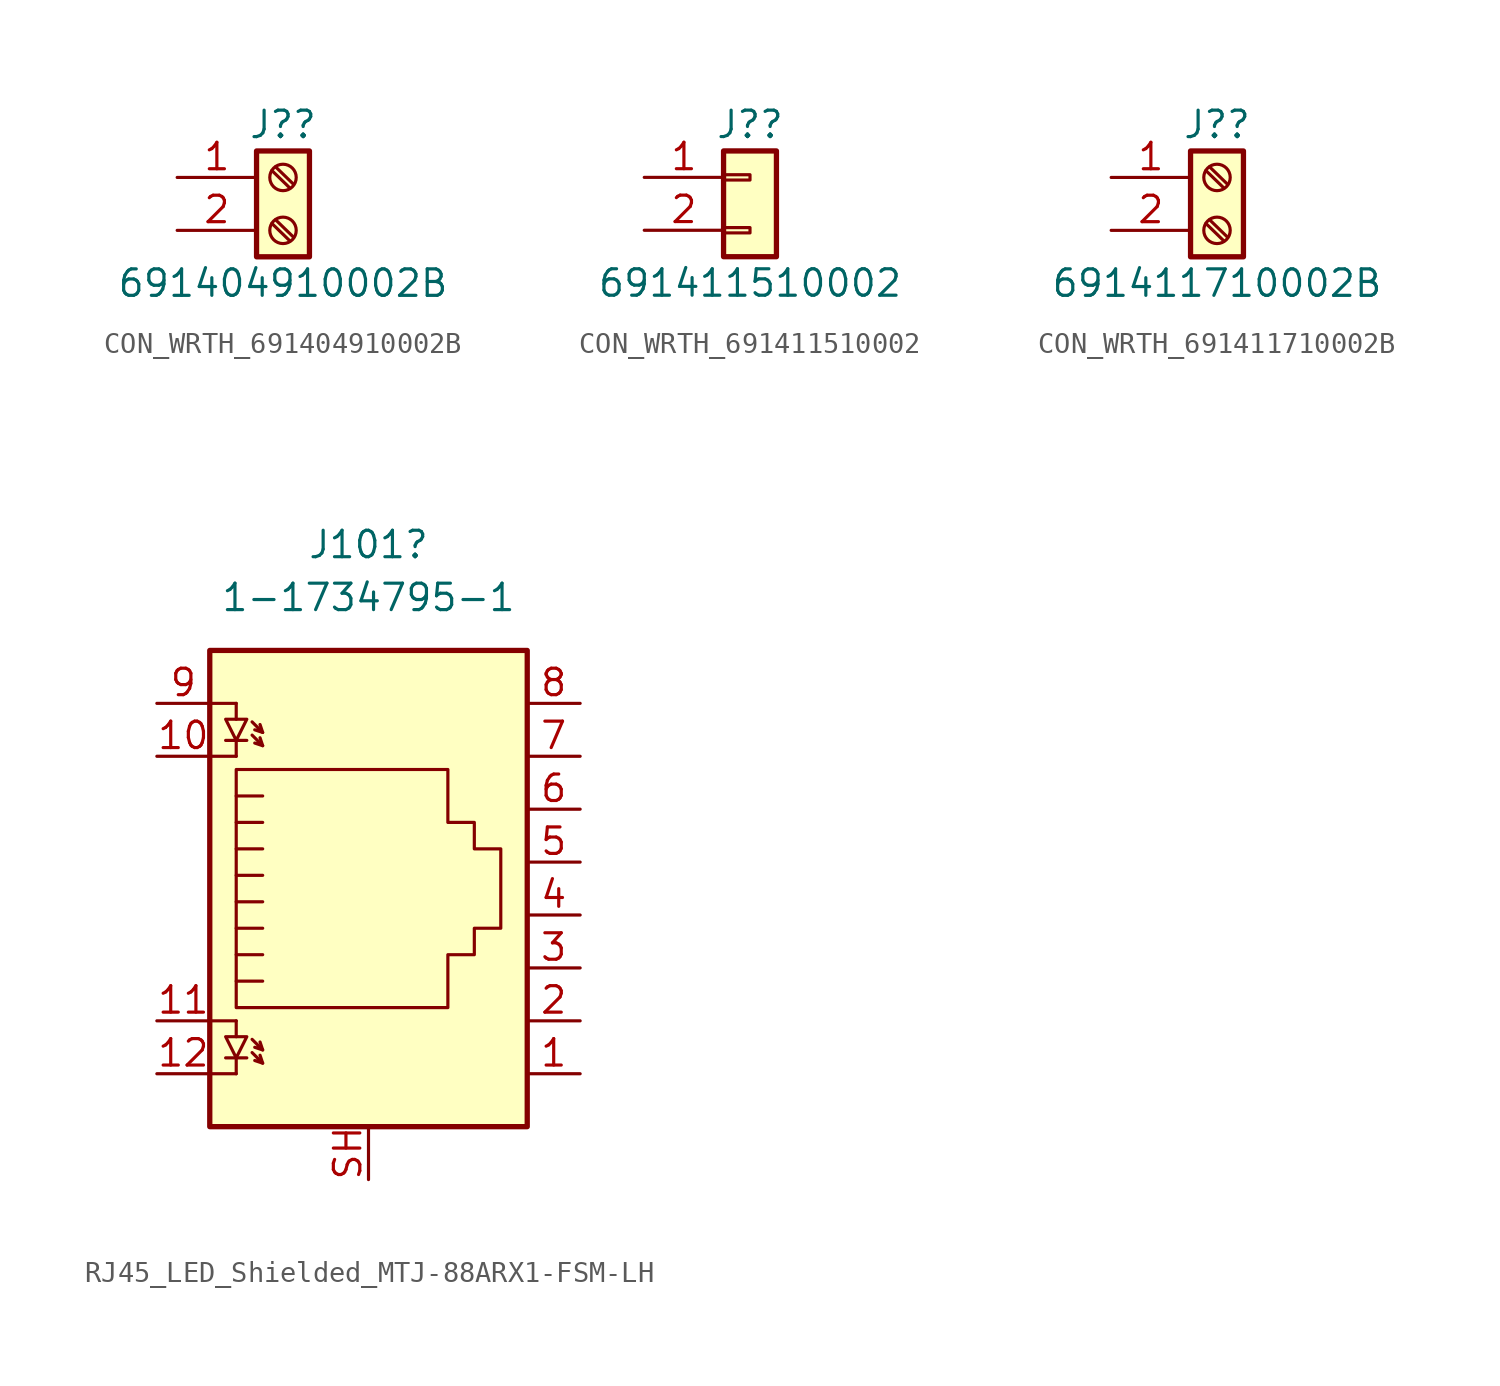
<source format=kicad_sym>
(kicad_symbol_lib
  (version 20231120)
  (generator "kicad_symbol_editor")
  (generator_version "8.0")
  (symbol "CON_WRTH_691404910002B"
    (pin_names
      (offset 1.016) hide)
    (property "Reference" "J?"
      (at 0 2.54 0)
      (effects (font (size 1.27 1.27))))
    (property "Value" "691404910002B"
      (at 0 -5.08 0)
      (effects (font (size 1.27 1.27))))
    (symbol "CON_WRTH_691404910002B_1_1"
      (rectangle (start -1.27 1.27) (end 1.27 -3.81) (stroke (width 0.254) (type default)) (fill (type background)))
      (circle (center 0 -2.54) (radius 0.635) (stroke (width 0.152) (type default)) (fill (type none)))
      (polyline (pts (xy -0.533 -2.21) (xy 0.33 -3.048)) (stroke (width 0.152) (type default)) (fill (type none)))
      (polyline (pts (xy -0.533 0.33) (xy 0.33 -0.508)) (stroke (width 0.152) (type default)) (fill (type none)))
      (polyline (pts (xy -0.356 -2.032) (xy 0.508 -2.87)) (stroke (width 0.152) (type default)) (fill (type none)))
      (polyline (pts (xy -0.356 0.508) (xy 0.508 -0.33)) (stroke (width 0.152) (type default)) (fill (type none)))
      (circle (center 0 0) (radius 0.635) (stroke (width 0.152) (type default)) (fill (type none)))
      (pin passive line (at -5.08 0 0) (length 3.81) (name "Pin_1" (effects (font (size 1.27 1.27)))) (number "1" (effects (font (size 1.27 1.27)))))
      (pin passive line (at -5.08 -2.54 0) (length 3.81) (name "Pin_2" (effects (font (size 1.27 1.27)))) (number "2" (effects (font (size 1.27 1.27)))))))
  (symbol "CON_WRTH_691411510002"
    (pin_names
      (offset 1.016) hide)
    (property "Reference" "J?"
      (at 0 2.54 0)
      (effects (font (size 1.27 1.27))))
    (property "Value" "691411510002"
      (at 0 -5.08 0)
      (effects (font (size 1.27 1.27))))
    (symbol "CON_WRTH_691411510002_1_1"
      (rectangle (start -1.27 -2.413) (end 0 -2.667) (stroke (width 0.152) (type default)) (fill (type none)))
      (rectangle (start -1.27 0.127) (end 0 -0.127) (stroke (width 0.152) (type default)) (fill (type none)))
      (rectangle (start -1.27 1.27) (end 1.27 -3.81) (stroke (width 0.254) (type default)) (fill (type background)))
      (pin passive line (at -5.08 0 0) (length 3.81) (name "Pin_1" (effects (font (size 1.27 1.27)))) (number "1" (effects (font (size 1.27 1.27)))))
      (pin passive line (at -5.08 -2.54 0) (length 3.81) (name "Pin_2" (effects (font (size 1.27 1.27)))) (number "2" (effects (font (size 1.27 1.27)))))))
  (symbol "CON_WRTH_691411710002B"
    (pin_names
      (offset 1.016) hide)
    (property "Reference" "J?"
      (at 0 2.54 0)
      (effects (font (size 1.27 1.27))))
    (property "Value" "691411710002B"
      (at 0 -5.08 0)
      (effects (font (size 1.27 1.27))))
    (symbol "CON_WRTH_691411710002B_1_1"
      (rectangle (start -1.27 1.27) (end 1.27 -3.81) (stroke (width 0.254) (type default)) (fill (type background)))
      (circle (center 0 -2.54) (radius 0.635) (stroke (width 0.152) (type default)) (fill (type none)))
      (polyline (pts (xy -0.533 -2.21) (xy 0.33 -3.048)) (stroke (width 0.152) (type default)) (fill (type none)))
      (polyline (pts (xy -0.533 0.33) (xy 0.33 -0.508)) (stroke (width 0.152) (type default)) (fill (type none)))
      (polyline (pts (xy -0.356 -2.032) (xy 0.508 -2.87)) (stroke (width 0.152) (type default)) (fill (type none)))
      (polyline (pts (xy -0.356 0.508) (xy 0.508 -0.33)) (stroke (width 0.152) (type default)) (fill (type none)))
      (circle (center 0 0) (radius 0.635) (stroke (width 0.152) (type default)) (fill (type none)))
      (pin passive line (at -5.08 0 0) (length 3.81) (name "Pin_1" (effects (font (size 1.27 1.27)))) (number "1" (effects (font (size 1.27 1.27)))))
      (pin passive line (at -5.08 -2.54 0) (length 3.81) (name "Pin_2" (effects (font (size 1.27 1.27)))) (number "2" (effects (font (size 1.27 1.27)))))))
  (symbol "RJ45_LED_Shielded_MTJ-88ARX1-FSM-LH"
    (pin_names
      (offset 1.016))
    (property "Reference" "J101"
      (at 0 17.78 0)
      (effects (font (size 1.27 1.27))))
    (property "Value" "1-1734795-1"
      (at 0 15.24 0)
      (effects (font (size 1.27 1.27))))
    (symbol "RJ45_LED_Shielded_MTJ-88ARX1-FSM-LH_0_1"
      (rectangle (start -7.62 12.7) (end 7.62 -10.16) (stroke (width 0.254) (type default)) (fill (type background)))
      (polyline (pts (xy -7.62 -7.62) (xy -6.35 -7.62)) (stroke (width 0) (type default)) (fill (type none)))
      (polyline (pts (xy -7.62 -5.08) (xy -6.35 -5.08)) (stroke (width 0) (type default)) (fill (type none)))
      (polyline (pts (xy -7.62 7.62) (xy -6.35 7.62)) (stroke (width 0) (type default)) (fill (type none)))
      (polyline (pts (xy -7.62 10.16) (xy -6.35 10.16)) (stroke (width 0) (type default)) (fill (type none)))
      (polyline (pts (xy -6.858 -6.858) (xy -5.842 -6.858)) (stroke (width 0) (type default)) (fill (type none)))
      (polyline (pts (xy -6.858 8.382) (xy -5.842 8.382)) (stroke (width 0) (type default)) (fill (type none)))
      (polyline (pts (xy -6.35 -7.62) (xy -6.35 -6.858)) (stroke (width 0) (type default)) (fill (type none)))
      (polyline (pts (xy -6.35 -5.08) (xy -6.35 -5.842)) (stroke (width 0) (type default)) (fill (type none)))
      (polyline (pts (xy -6.35 7.62) (xy -6.35 8.382)) (stroke (width 0) (type default)) (fill (type none)))
      (polyline (pts (xy -6.35 10.16) (xy -6.35 9.398)) (stroke (width 0) (type default)) (fill (type none)))
      (polyline (pts (xy -5.08 -7.112) (xy -5.207 -6.731)) (stroke (width 0) (type default)) (fill (type none)))
      (polyline (pts (xy -5.08 -6.477) (xy -5.207 -6.096)) (stroke (width 0) (type default)) (fill (type none)))
      (polyline (pts (xy -5.08 4.445) (xy -6.35 4.445)) (stroke (width 0) (type default)) (fill (type none)))
      (polyline (pts (xy -5.08 5.715) (xy -6.35 5.715)) (stroke (width 0) (type default)) (fill (type none)))
      (polyline (pts (xy -5.08 8.128) (xy -5.207 8.509)) (stroke (width 0) (type default)) (fill (type none)))
      (polyline (pts (xy -5.08 8.763) (xy -5.207 9.144)) (stroke (width 0) (type default)) (fill (type none)))
      (polyline (pts (xy -6.35 -3.175) (xy -5.08 -3.175) (xy -5.08 -3.175)) (stroke (width 0) (type default)) (fill (type none)))
      (polyline (pts (xy -6.35 -1.905) (xy -5.08 -1.905) (xy -5.08 -1.905)) (stroke (width 0) (type default)) (fill (type none)))
      (polyline (pts (xy -6.35 -0.635) (xy -5.08 -0.635) (xy -5.08 -0.635)) (stroke (width 0) (type default)) (fill (type none)))
      (polyline (pts (xy -6.35 0.635) (xy -5.08 0.635) (xy -5.08 0.635)) (stroke (width 0) (type default)) (fill (type none)))
      (polyline (pts (xy -6.35 1.905) (xy -5.08 1.905) (xy -5.08 1.905)) (stroke (width 0) (type default)) (fill (type none)))
      (polyline (pts (xy -5.588 -6.604) (xy -5.08 -7.112) (xy -5.461 -6.985)) (stroke (width 0) (type default)) (fill (type none)))
      (polyline (pts (xy -5.588 -5.969) (xy -5.08 -6.477) (xy -5.461 -6.35)) (stroke (width 0) (type default)) (fill (type none)))
      (polyline (pts (xy -5.588 8.636) (xy -5.08 8.128) (xy -5.461 8.255)) (stroke (width 0) (type default)) (fill (type none)))
      (polyline (pts (xy -5.588 9.271) (xy -5.08 8.763) (xy -5.461 8.89)) (stroke (width 0) (type default)) (fill (type none)))
      (polyline (pts (xy -5.08 3.175) (xy -6.35 3.175) (xy -6.35 3.175)) (stroke (width 0) (type default)) (fill (type none)))
      (polyline (pts (xy -6.35 -6.858) (xy -6.858 -5.842) (xy -5.842 -5.842) (xy -6.35 -6.858)) (stroke (width 0) (type default)) (fill (type none)))
      (polyline (pts (xy -6.35 8.382) (xy -6.858 9.398) (xy -5.842 9.398) (xy -6.35 8.382)) (stroke (width 0) (type default)) (fill (type none)))
      (polyline (pts (xy -6.35 -4.445) (xy -6.35 6.985) (xy 3.81 6.985) (xy 3.81 4.445) (xy 5.08 4.445) (xy 5.08 3.175) (xy 6.35 3.175) (xy 6.35 -0.635) (xy 5.08 -0.635) (xy 5.08 -1.905) (xy 3.81 -1.905) (xy 3.81 -4.445) (xy -6.35 -4.445) (xy -6.35 -4.445)) (stroke (width 0) (type default)) (fill (type none))))
    (symbol "RJ45_LED_Shielded_MTJ-88ARX1-FSM-LH_1_1"
      (pin passive line (at 10.16 -7.62 180) (length 2.54) (name "~" (effects (font (size 1.27 1.27)))) (number "1" (effects (font (size 1.27 1.27)))))
      (pin passive line (at -10.16 7.62 0) (length 2.54) (name "~" (effects (font (size 1.27 1.27)))) (number "10" (effects (font (size 1.27 1.27)))))
      (pin passive line (at -10.16 -5.08 0) (length 2.54) (name "~" (effects (font (size 1.27 1.27)))) (number "11" (effects (font (size 1.27 1.27)))))
      (pin passive line (at -10.16 -7.62 0) (length 2.54) (name "~" (effects (font (size 1.27 1.27)))) (number "12" (effects (font (size 1.27 1.27)))))
      (pin passive line (at 10.16 -5.08 180) (length 2.54) (name "~" (effects (font (size 1.27 1.27)))) (number "2" (effects (font (size 1.27 1.27)))))
      (pin passive line (at 10.16 -2.54 180) (length 2.54) (name "~" (effects (font (size 1.27 1.27)))) (number "3" (effects (font (size 1.27 1.27)))))
      (pin passive line (at 10.16 0 180) (length 2.54) (name "~" (effects (font (size 1.27 1.27)))) (number "4" (effects (font (size 1.27 1.27)))))
      (pin passive line (at 10.16 2.54 180) (length 2.54) (name "~" (effects (font (size 1.27 1.27)))) (number "5" (effects (font (size 1.27 1.27)))))
      (pin passive line (at 10.16 5.08 180) (length 2.54) (name "~" (effects (font (size 1.27 1.27)))) (number "6" (effects (font (size 1.27 1.27)))))
      (pin passive line (at 10.16 7.62 180) (length 2.54) (name "~" (effects (font (size 1.27 1.27)))) (number "7" (effects (font (size 1.27 1.27)))))
      (pin passive line (at 10.16 10.16 180) (length 2.54) (name "~" (effects (font (size 1.27 1.27)))) (number "8" (effects (font (size 1.27 1.27)))))
      (pin passive line (at -10.16 10.16 0) (length 2.54) (name "~" (effects (font (size 1.27 1.27)))) (number "9" (effects (font (size 1.27 1.27)))))
      (pin passive line (at 0 -12.7 90) (length 2.54) (name "~" (effects (font (size 1.27 1.27)))) (number "SH" (effects (font (size 1.27 1.27))))))))
</source>
